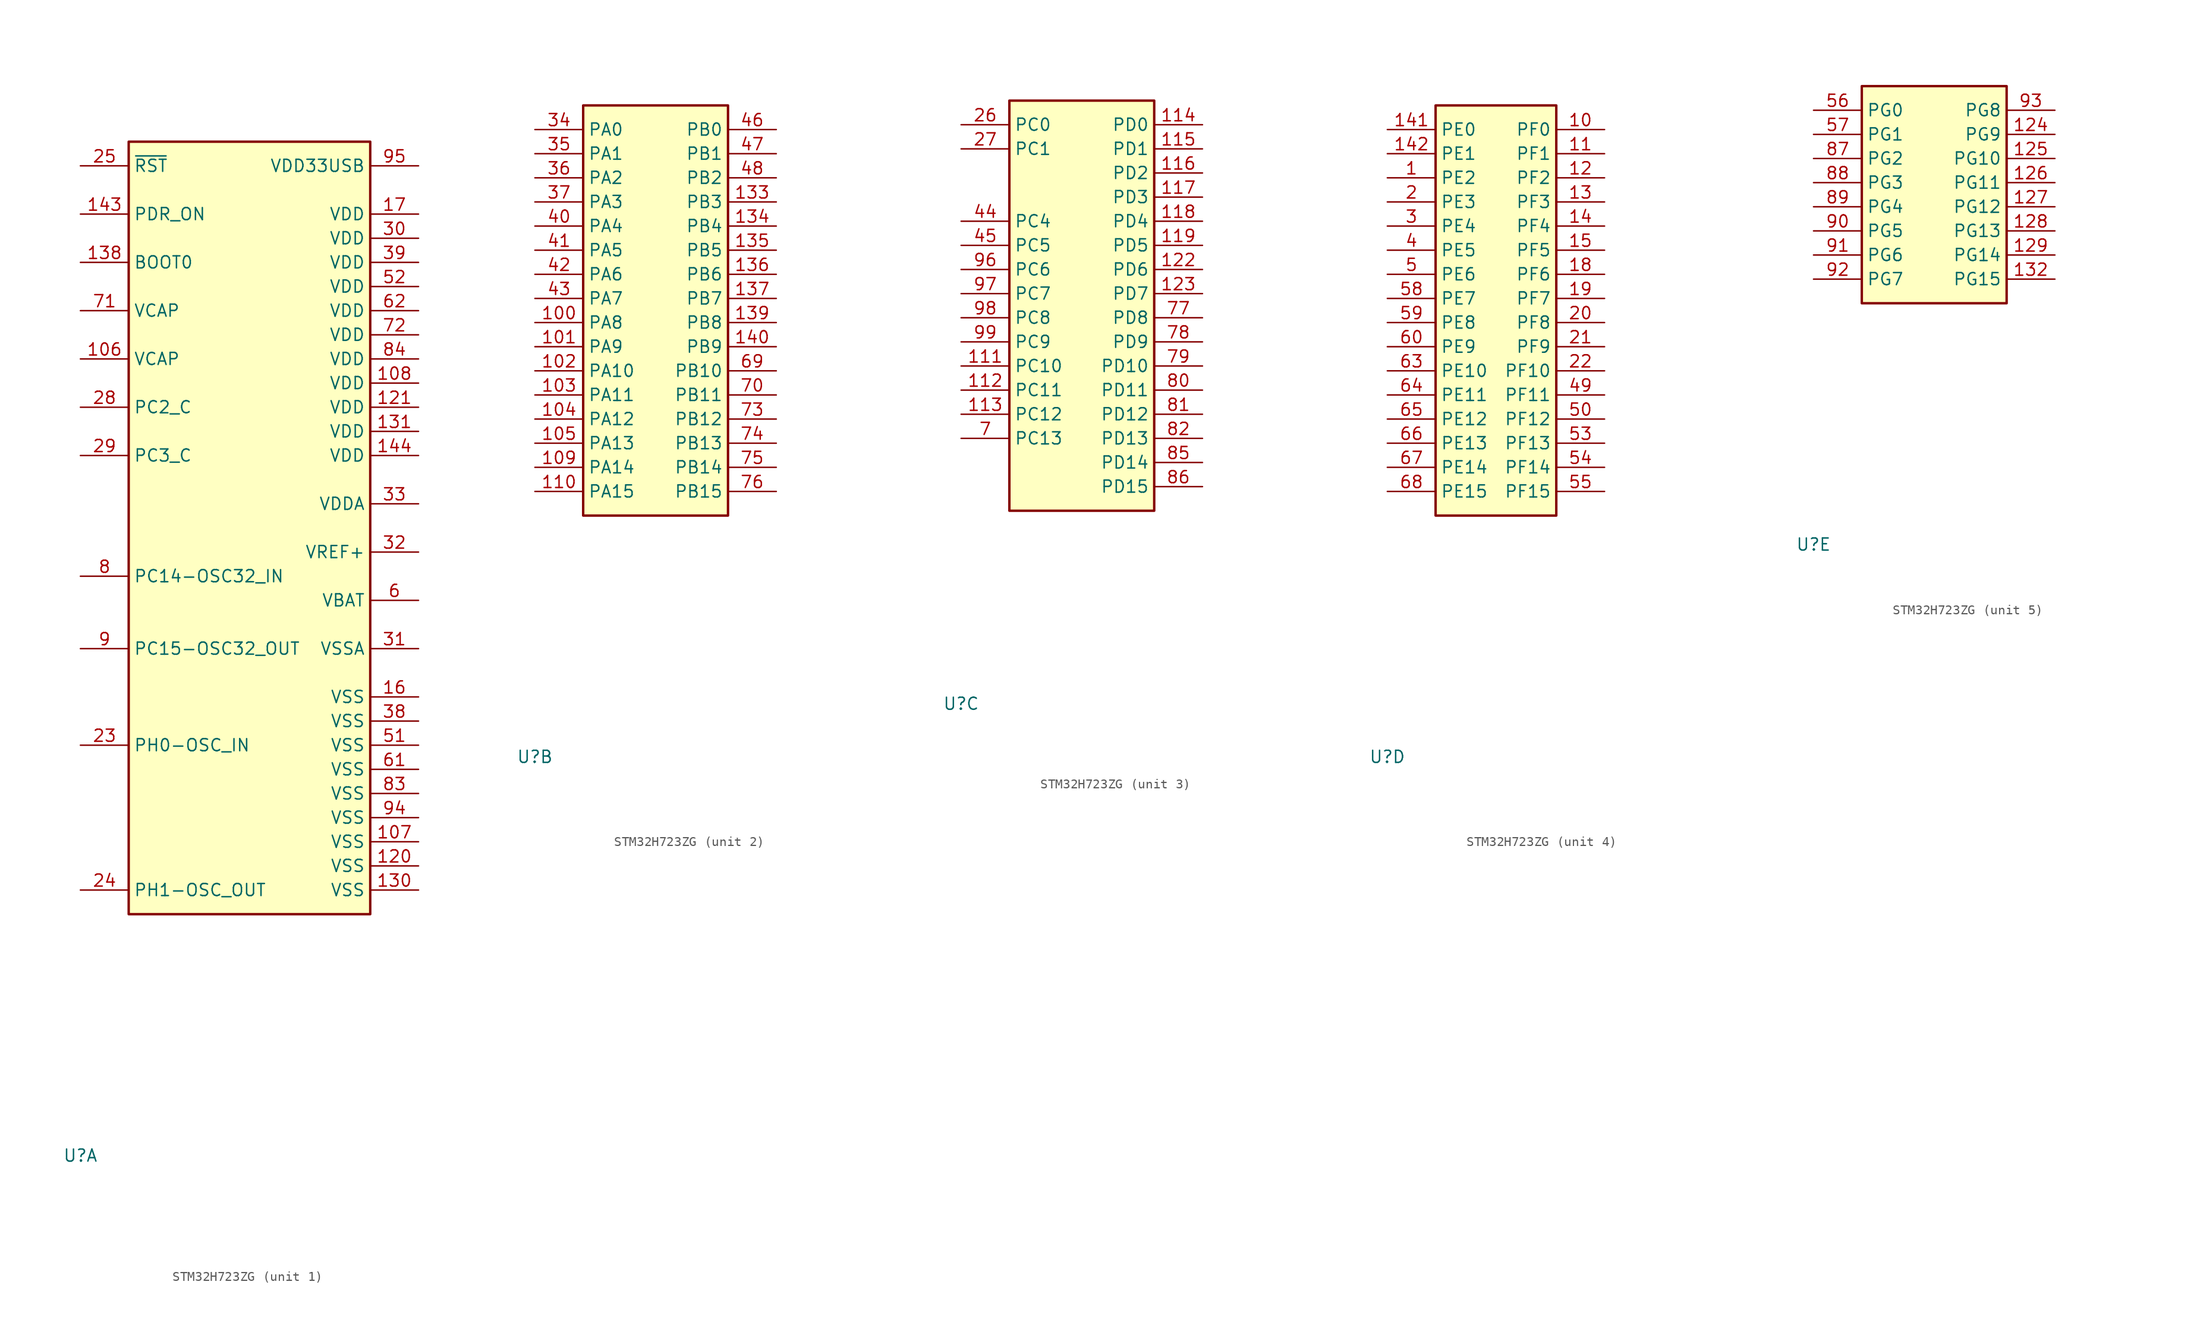
<source format=kicad_sym>
(kicad_symbol_lib
  (version 20231120)
  (generator "kicad_symbol_editor")
  (generator_version "8.0")
  (symbol "STM32H723ZG"
    (property "Reference" "U"
      (at 0 -27.94 0)
      (effects (font (size 1.27 1.27))))
    (property "Value" ""
      (at 33.02 7.62 0)
      (effects (font (size 1.27 1.27))))
    (property "ki_locked" ""
      (at 0 0 0)
      (effects (font (size 1.27 1.27))))
    (symbol "STM32H723ZG_1_1"
      (rectangle (start 5.08 78.74) (end 30.48 -2.54) (stroke (width 0.254) (type default)) (fill (type background)))
      (pin passive line (at 0 55.88 0) (length 5.08) (name "VCAP" (effects (font (size 1.27 1.27)))) (number "106" (effects (font (size 1.27 1.27)))))
      (pin power_in line (at 35.56 5.08 180) (length 5.08) (name "VSS" (effects (font (size 1.27 1.27)))) (number "107" (effects (font (size 1.27 1.27)))))
      (pin power_in line (at 35.56 53.34 180) (length 5.08) (name "VDD" (effects (font (size 1.27 1.27)))) (number "108" (effects (font (size 1.27 1.27)))))
      (pin power_in line (at 35.56 2.54 180) (length 5.08) (name "VSS" (effects (font (size 1.27 1.27)))) (number "120" (effects (font (size 1.27 1.27)))))
      (pin power_in line (at 35.56 50.8 180) (length 5.08) (name "VDD" (effects (font (size 1.27 1.27)))) (number "121" (effects (font (size 1.27 1.27)))))
      (pin power_in line (at 35.56 0 180) (length 5.08) (name "VSS" (effects (font (size 1.27 1.27)))) (number "130" (effects (font (size 1.27 1.27)))))
      (pin power_in line (at 35.56 48.26 180) (length 5.08) (name "VDD" (effects (font (size 1.27 1.27)))) (number "131" (effects (font (size 1.27 1.27)))))
      (pin passive line (at 0 66.04 0) (length 5.08) (name "BOOT0" (effects (font (size 1.27 1.27)))) (number "138" (effects (font (size 1.27 1.27)))))
      (pin passive line (at 0 71.12 0) (length 5.08) (name "PDR_ON" (effects (font (size 1.27 1.27)))) (number "143" (effects (font (size 1.27 1.27)))))
      (pin power_in line (at 35.56 45.72 180) (length 5.08) (name "VDD" (effects (font (size 1.27 1.27)))) (number "144" (effects (font (size 1.27 1.27)))))
      (pin power_in line (at 35.56 20.32 180) (length 5.08) (name "VSS" (effects (font (size 1.27 1.27)))) (number "16" (effects (font (size 1.27 1.27)))))
      (pin power_in line (at 35.56 71.12 180) (length 5.08) (name "VDD" (effects (font (size 1.27 1.27)))) (number "17" (effects (font (size 1.27 1.27)))))
      (pin passive line (at 0 15.24 0) (length 5.08) (name "PH0-OSC_IN" (effects (font (size 1.27 1.27)))) (number "23" (effects (font (size 1.27 1.27)))))
      (pin passive line (at 0 0 0) (length 5.08) (name "PH1-OSC_OUT" (effects (font (size 1.27 1.27)))) (number "24" (effects (font (size 1.27 1.27)))))
      (pin passive line (at 0 76.2 0) (length 5.08) (name "~{RST}" (effects (font (size 1.27 1.27)))) (number "25" (effects (font (size 1.27 1.27)))))
      (pin passive line (at 0 50.8 0) (length 5.08) (name "PC2_C" (effects (font (size 1.27 1.27)))) (number "28" (effects (font (size 1.27 1.27)))))
      (pin passive line (at 0 45.72 0) (length 5.08) (name "PC3_C" (effects (font (size 1.27 1.27)))) (number "29" (effects (font (size 1.27 1.27)))))
      (pin power_in line (at 35.56 68.58 180) (length 5.08) (name "VDD" (effects (font (size 1.27 1.27)))) (number "30" (effects (font (size 1.27 1.27)))))
      (pin power_in line (at 35.56 25.4 180) (length 5.08) (name "VSSA" (effects (font (size 1.27 1.27)))) (number "31" (effects (font (size 1.27 1.27)))))
      (pin power_in line (at 35.56 35.56 180) (length 5.08) (name "VREF+" (effects (font (size 1.27 1.27)))) (number "32" (effects (font (size 1.27 1.27)))))
      (pin power_in line (at 35.56 40.64 180) (length 5.08) (name "VDDA" (effects (font (size 1.27 1.27)))) (number "33" (effects (font (size 1.27 1.27)))))
      (pin power_in line (at 35.56 17.78 180) (length 5.08) (name "VSS" (effects (font (size 1.27 1.27)))) (number "38" (effects (font (size 1.27 1.27)))))
      (pin power_in line (at 35.56 66.04 180) (length 5.08) (name "VDD" (effects (font (size 1.27 1.27)))) (number "39" (effects (font (size 1.27 1.27)))))
      (pin power_in line (at 35.56 15.24 180) (length 5.08) (name "VSS" (effects (font (size 1.27 1.27)))) (number "51" (effects (font (size 1.27 1.27)))))
      (pin power_in line (at 35.56 63.5 180) (length 5.08) (name "VDD" (effects (font (size 1.27 1.27)))) (number "52" (effects (font (size 1.27 1.27)))))
      (pin power_in line (at 35.56 30.48 180) (length 5.08) (name "VBAT" (effects (font (size 1.27 1.27)))) (number "6" (effects (font (size 1.27 1.27)))))
      (pin power_in line (at 35.56 12.7 180) (length 5.08) (name "VSS" (effects (font (size 1.27 1.27)))) (number "61" (effects (font (size 1.27 1.27)))))
      (pin power_in line (at 35.56 60.96 180) (length 5.08) (name "VDD" (effects (font (size 1.27 1.27)))) (number "62" (effects (font (size 1.27 1.27)))))
      (pin passive line (at 0 60.96 0) (length 5.08) (name "VCAP" (effects (font (size 1.27 1.27)))) (number "71" (effects (font (size 1.27 1.27)))))
      (pin power_in line (at 35.56 58.42 180) (length 5.08) (name "VDD" (effects (font (size 1.27 1.27)))) (number "72" (effects (font (size 1.27 1.27)))))
      (pin passive line (at 0 33.02 0) (length 5.08) (name "PC14-OSC32_IN" (effects (font (size 1.27 1.27)))) (number "8" (effects (font (size 1.27 1.27)))))
      (pin power_in line (at 35.56 10.16 180) (length 5.08) (name "VSS" (effects (font (size 1.27 1.27)))) (number "83" (effects (font (size 1.27 1.27)))))
      (pin power_in line (at 35.56 55.88 180) (length 5.08) (name "VDD" (effects (font (size 1.27 1.27)))) (number "84" (effects (font (size 1.27 1.27)))))
      (pin passive line (at 0 25.4 0) (length 5.08) (name "PC15-OSC32_OUT" (effects (font (size 1.27 1.27)))) (number "9" (effects (font (size 1.27 1.27)))))
      (pin power_in line (at 35.56 7.62 180) (length 5.08) (name "VSS" (effects (font (size 1.27 1.27)))) (number "94" (effects (font (size 1.27 1.27)))))
      (pin power_in line (at 35.56 76.2 180) (length 5.08) (name "VDD33USB" (effects (font (size 1.27 1.27)))) (number "95" (effects (font (size 1.27 1.27))))))
    (symbol "STM32H723ZG_2_1"
      (rectangle (start 5.08 40.64) (end 20.32 -2.54) (stroke (width 0.254) (type default)) (fill (type background)))
      (pin passive line (at 0 17.78 0) (length 5.08) (name "PA8" (effects (font (size 1.27 1.27)))) (number "100" (effects (font (size 1.27 1.27)))))
      (pin passive line (at 0 15.24 0) (length 5.08) (name "PA9" (effects (font (size 1.27 1.27)))) (number "101" (effects (font (size 1.27 1.27)))))
      (pin passive line (at 0 12.7 0) (length 5.08) (name "PA10" (effects (font (size 1.27 1.27)))) (number "102" (effects (font (size 1.27 1.27)))))
      (pin passive line (at 0 10.16 0) (length 5.08) (name "PA11" (effects (font (size 1.27 1.27)))) (number "103" (effects (font (size 1.27 1.27)))))
      (pin passive line (at 0 7.62 0) (length 5.08) (name "PA12" (effects (font (size 1.27 1.27)))) (number "104" (effects (font (size 1.27 1.27)))))
      (pin passive line (at 0 5.08 0) (length 5.08) (name "PA13" (effects (font (size 1.27 1.27)))) (number "105" (effects (font (size 1.27 1.27)))))
      (pin passive line (at 0 2.54 0) (length 5.08) (name "PA14" (effects (font (size 1.27 1.27)))) (number "109" (effects (font (size 1.27 1.27)))))
      (pin passive line (at 0 0 0) (length 5.08) (name "PA15" (effects (font (size 1.27 1.27)))) (number "110" (effects (font (size 1.27 1.27)))))
      (pin passive line (at 25.4 30.48 180) (length 5.08) (name "PB3" (effects (font (size 1.27 1.27)))) (number "133" (effects (font (size 1.27 1.27)))))
      (pin passive line (at 25.4 27.94 180) (length 5.08) (name "PB4" (effects (font (size 1.27 1.27)))) (number "134" (effects (font (size 1.27 1.27)))))
      (pin passive line (at 25.4 25.4 180) (length 5.08) (name "PB5" (effects (font (size 1.27 1.27)))) (number "135" (effects (font (size 1.27 1.27)))))
      (pin passive line (at 25.4 22.86 180) (length 5.08) (name "PB6" (effects (font (size 1.27 1.27)))) (number "136" (effects (font (size 1.27 1.27)))))
      (pin passive line (at 25.4 20.32 180) (length 5.08) (name "PB7" (effects (font (size 1.27 1.27)))) (number "137" (effects (font (size 1.27 1.27)))))
      (pin passive line (at 25.4 17.78 180) (length 5.08) (name "PB8" (effects (font (size 1.27 1.27)))) (number "139" (effects (font (size 1.27 1.27)))))
      (pin passive line (at 25.4 15.24 180) (length 5.08) (name "PB9" (effects (font (size 1.27 1.27)))) (number "140" (effects (font (size 1.27 1.27)))))
      (pin passive line (at 0 38.1 0) (length 5.08) (name "PA0" (effects (font (size 1.27 1.27)))) (number "34" (effects (font (size 1.27 1.27)))))
      (pin passive line (at 0 35.56 0) (length 5.08) (name "PA1" (effects (font (size 1.27 1.27)))) (number "35" (effects (font (size 1.27 1.27)))))
      (pin passive line (at 0 33.02 0) (length 5.08) (name "PA2" (effects (font (size 1.27 1.27)))) (number "36" (effects (font (size 1.27 1.27)))))
      (pin passive line (at 0 30.48 0) (length 5.08) (name "PA3" (effects (font (size 1.27 1.27)))) (number "37" (effects (font (size 1.27 1.27)))))
      (pin passive line (at 0 27.94 0) (length 5.08) (name "PA4" (effects (font (size 1.27 1.27)))) (number "40" (effects (font (size 1.27 1.27)))))
      (pin passive line (at 0 25.4 0) (length 5.08) (name "PA5" (effects (font (size 1.27 1.27)))) (number "41" (effects (font (size 1.27 1.27)))))
      (pin passive line (at 0 22.86 0) (length 5.08) (name "PA6" (effects (font (size 1.27 1.27)))) (number "42" (effects (font (size 1.27 1.27)))))
      (pin passive line (at 0 20.32 0) (length 5.08) (name "PA7" (effects (font (size 1.27 1.27)))) (number "43" (effects (font (size 1.27 1.27)))))
      (pin passive line (at 25.4 38.1 180) (length 5.08) (name "PB0" (effects (font (size 1.27 1.27)))) (number "46" (effects (font (size 1.27 1.27)))))
      (pin passive line (at 25.4 35.56 180) (length 5.08) (name "PB1" (effects (font (size 1.27 1.27)))) (number "47" (effects (font (size 1.27 1.27)))))
      (pin passive line (at 25.4 33.02 180) (length 5.08) (name "PB2" (effects (font (size 1.27 1.27)))) (number "48" (effects (font (size 1.27 1.27)))))
      (pin passive line (at 25.4 12.7 180) (length 5.08) (name "PB10" (effects (font (size 1.27 1.27)))) (number "69" (effects (font (size 1.27 1.27)))))
      (pin passive line (at 25.4 10.16 180) (length 5.08) (name "PB11" (effects (font (size 1.27 1.27)))) (number "70" (effects (font (size 1.27 1.27)))))
      (pin passive line (at 25.4 7.62 180) (length 5.08) (name "PB12" (effects (font (size 1.27 1.27)))) (number "73" (effects (font (size 1.27 1.27)))))
      (pin passive line (at 25.4 5.08 180) (length 5.08) (name "PB13" (effects (font (size 1.27 1.27)))) (number "74" (effects (font (size 1.27 1.27)))))
      (pin passive line (at 25.4 2.54 180) (length 5.08) (name "PB14" (effects (font (size 1.27 1.27)))) (number "75" (effects (font (size 1.27 1.27)))))
      (pin passive line (at 25.4 0 180) (length 5.08) (name "PB15" (effects (font (size 1.27 1.27)))) (number "76" (effects (font (size 1.27 1.27))))))
    (symbol "STM32H723ZG_3_1"
      (rectangle (start 5.08 35.56) (end 20.32 -7.62) (stroke (width 0.254) (type default)) (fill (type background)))
      (pin passive line (at 0 7.62 0) (length 5.08) (name "PC10" (effects (font (size 1.27 1.27)))) (number "111" (effects (font (size 1.27 1.27)))))
      (pin passive line (at 0 5.08 0) (length 5.08) (name "PC11" (effects (font (size 1.27 1.27)))) (number "112" (effects (font (size 1.27 1.27)))))
      (pin passive line (at 0 2.54 0) (length 5.08) (name "PC12" (effects (font (size 1.27 1.27)))) (number "113" (effects (font (size 1.27 1.27)))))
      (pin passive line (at 25.4 33.02 180) (length 5.08) (name "PD0" (effects (font (size 1.27 1.27)))) (number "114" (effects (font (size 1.27 1.27)))))
      (pin passive line (at 25.4 30.48 180) (length 5.08) (name "PD1" (effects (font (size 1.27 1.27)))) (number "115" (effects (font (size 1.27 1.27)))))
      (pin passive line (at 25.4 27.94 180) (length 5.08) (name "PD2" (effects (font (size 1.27 1.27)))) (number "116" (effects (font (size 1.27 1.27)))))
      (pin passive line (at 25.4 25.4 180) (length 5.08) (name "PD3" (effects (font (size 1.27 1.27)))) (number "117" (effects (font (size 1.27 1.27)))))
      (pin passive line (at 25.4 22.86 180) (length 5.08) (name "PD4" (effects (font (size 1.27 1.27)))) (number "118" (effects (font (size 1.27 1.27)))))
      (pin passive line (at 25.4 20.32 180) (length 5.08) (name "PD5" (effects (font (size 1.27 1.27)))) (number "119" (effects (font (size 1.27 1.27)))))
      (pin passive line (at 25.4 17.78 180) (length 5.08) (name "PD6" (effects (font (size 1.27 1.27)))) (number "122" (effects (font (size 1.27 1.27)))))
      (pin passive line (at 25.4 15.24 180) (length 5.08) (name "PD7" (effects (font (size 1.27 1.27)))) (number "123" (effects (font (size 1.27 1.27)))))
      (pin passive line (at 0 33.02 0) (length 5.08) (name "PC0" (effects (font (size 1.27 1.27)))) (number "26" (effects (font (size 1.27 1.27)))))
      (pin passive line (at 0 30.48 0) (length 5.08) (name "PC1" (effects (font (size 1.27 1.27)))) (number "27" (effects (font (size 1.27 1.27)))))
      (pin passive line (at 0 22.86 0) (length 5.08) (name "PC4" (effects (font (size 1.27 1.27)))) (number "44" (effects (font (size 1.27 1.27)))))
      (pin passive line (at 0 20.32 0) (length 5.08) (name "PC5" (effects (font (size 1.27 1.27)))) (number "45" (effects (font (size 1.27 1.27)))))
      (pin passive line (at 0 0 0) (length 5.08) (name "PC13" (effects (font (size 1.27 1.27)))) (number "7" (effects (font (size 1.27 1.27)))))
      (pin passive line (at 25.4 12.7 180) (length 5.08) (name "PD8" (effects (font (size 1.27 1.27)))) (number "77" (effects (font (size 1.27 1.27)))))
      (pin passive line (at 25.4 10.16 180) (length 5.08) (name "PD9" (effects (font (size 1.27 1.27)))) (number "78" (effects (font (size 1.27 1.27)))))
      (pin passive line (at 25.4 7.62 180) (length 5.08) (name "PD10" (effects (font (size 1.27 1.27)))) (number "79" (effects (font (size 1.27 1.27)))))
      (pin passive line (at 25.4 5.08 180) (length 5.08) (name "PD11" (effects (font (size 1.27 1.27)))) (number "80" (effects (font (size 1.27 1.27)))))
      (pin passive line (at 25.4 2.54 180) (length 5.08) (name "PD12" (effects (font (size 1.27 1.27)))) (number "81" (effects (font (size 1.27 1.27)))))
      (pin passive line (at 25.4 0 180) (length 5.08) (name "PD13" (effects (font (size 1.27 1.27)))) (number "82" (effects (font (size 1.27 1.27)))))
      (pin passive line (at 25.4 -2.54 180) (length 5.08) (name "PD14" (effects (font (size 1.27 1.27)))) (number "85" (effects (font (size 1.27 1.27)))))
      (pin passive line (at 25.4 -5.08 180) (length 5.08) (name "PD15" (effects (font (size 1.27 1.27)))) (number "86" (effects (font (size 1.27 1.27)))))
      (pin passive line (at 0 17.78 0) (length 5.08) (name "PC6" (effects (font (size 1.27 1.27)))) (number "96" (effects (font (size 1.27 1.27)))))
      (pin passive line (at 0 15.24 0) (length 5.08) (name "PC7" (effects (font (size 1.27 1.27)))) (number "97" (effects (font (size 1.27 1.27)))))
      (pin passive line (at 0 12.7 0) (length 5.08) (name "PC8" (effects (font (size 1.27 1.27)))) (number "98" (effects (font (size 1.27 1.27)))))
      (pin passive line (at 0 10.16 0) (length 5.08) (name "PC9" (effects (font (size 1.27 1.27)))) (number "99" (effects (font (size 1.27 1.27))))))
    (symbol "STM32H723ZG_4_1"
      (rectangle (start 5.08 40.64) (end 17.78 -2.54) (stroke (width 0.254) (type default)) (fill (type background)))
      (pin passive line (at 0 33.02 0) (length 5.08) (name "PE2" (effects (font (size 1.27 1.27)))) (number "1" (effects (font (size 1.27 1.27)))))
      (pin passive line (at 22.86 38.1 180) (length 5.08) (name "PF0" (effects (font (size 1.27 1.27)))) (number "10" (effects (font (size 1.27 1.27)))))
      (pin passive line (at 22.86 35.56 180) (length 5.08) (name "PF1" (effects (font (size 1.27 1.27)))) (number "11" (effects (font (size 1.27 1.27)))))
      (pin passive line (at 22.86 33.02 180) (length 5.08) (name "PF2" (effects (font (size 1.27 1.27)))) (number "12" (effects (font (size 1.27 1.27)))))
      (pin passive line (at 22.86 30.48 180) (length 5.08) (name "PF3" (effects (font (size 1.27 1.27)))) (number "13" (effects (font (size 1.27 1.27)))))
      (pin passive line (at 22.86 27.94 180) (length 5.08) (name "PF4" (effects (font (size 1.27 1.27)))) (number "14" (effects (font (size 1.27 1.27)))))
      (pin passive line (at 0 38.1 0) (length 5.08) (name "PE0" (effects (font (size 1.27 1.27)))) (number "141" (effects (font (size 1.27 1.27)))))
      (pin passive line (at 0 35.56 0) (length 5.08) (name "PE1" (effects (font (size 1.27 1.27)))) (number "142" (effects (font (size 1.27 1.27)))))
      (pin passive line (at 22.86 25.4 180) (length 5.08) (name "PF5" (effects (font (size 1.27 1.27)))) (number "15" (effects (font (size 1.27 1.27)))))
      (pin passive line (at 22.86 22.86 180) (length 5.08) (name "PF6" (effects (font (size 1.27 1.27)))) (number "18" (effects (font (size 1.27 1.27)))))
      (pin passive line (at 22.86 20.32 180) (length 5.08) (name "PF7" (effects (font (size 1.27 1.27)))) (number "19" (effects (font (size 1.27 1.27)))))
      (pin passive line (at 0 30.48 0) (length 5.08) (name "PE3" (effects (font (size 1.27 1.27)))) (number "2" (effects (font (size 1.27 1.27)))))
      (pin passive line (at 22.86 17.78 180) (length 5.08) (name "PF8" (effects (font (size 1.27 1.27)))) (number "20" (effects (font (size 1.27 1.27)))))
      (pin passive line (at 22.86 15.24 180) (length 5.08) (name "PF9" (effects (font (size 1.27 1.27)))) (number "21" (effects (font (size 1.27 1.27)))))
      (pin passive line (at 22.86 12.7 180) (length 5.08) (name "PF10" (effects (font (size 1.27 1.27)))) (number "22" (effects (font (size 1.27 1.27)))))
      (pin passive line (at 0 27.94 0) (length 5.08) (name "PE4" (effects (font (size 1.27 1.27)))) (number "3" (effects (font (size 1.27 1.27)))))
      (pin passive line (at 0 25.4 0) (length 5.08) (name "PE5" (effects (font (size 1.27 1.27)))) (number "4" (effects (font (size 1.27 1.27)))))
      (pin passive line (at 22.86 10.16 180) (length 5.08) (name "PF11" (effects (font (size 1.27 1.27)))) (number "49" (effects (font (size 1.27 1.27)))))
      (pin passive line (at 0 22.86 0) (length 5.08) (name "PE6" (effects (font (size 1.27 1.27)))) (number "5" (effects (font (size 1.27 1.27)))))
      (pin passive line (at 22.86 7.62 180) (length 5.08) (name "PF12" (effects (font (size 1.27 1.27)))) (number "50" (effects (font (size 1.27 1.27)))))
      (pin passive line (at 22.86 5.08 180) (length 5.08) (name "PF13" (effects (font (size 1.27 1.27)))) (number "53" (effects (font (size 1.27 1.27)))))
      (pin passive line (at 22.86 2.54 180) (length 5.08) (name "PF14" (effects (font (size 1.27 1.27)))) (number "54" (effects (font (size 1.27 1.27)))))
      (pin passive line (at 22.86 0 180) (length 5.08) (name "PF15" (effects (font (size 1.27 1.27)))) (number "55" (effects (font (size 1.27 1.27)))))
      (pin passive line (at 0 20.32 0) (length 5.08) (name "PE7" (effects (font (size 1.27 1.27)))) (number "58" (effects (font (size 1.27 1.27)))))
      (pin passive line (at 0 17.78 0) (length 5.08) (name "PE8" (effects (font (size 1.27 1.27)))) (number "59" (effects (font (size 1.27 1.27)))))
      (pin passive line (at 0 15.24 0) (length 5.08) (name "PE9" (effects (font (size 1.27 1.27)))) (number "60" (effects (font (size 1.27 1.27)))))
      (pin passive line (at 0 12.7 0) (length 5.08) (name "PE10" (effects (font (size 1.27 1.27)))) (number "63" (effects (font (size 1.27 1.27)))))
      (pin passive line (at 0 10.16 0) (length 5.08) (name "PE11" (effects (font (size 1.27 1.27)))) (number "64" (effects (font (size 1.27 1.27)))))
      (pin passive line (at 0 7.62 0) (length 5.08) (name "PE12" (effects (font (size 1.27 1.27)))) (number "65" (effects (font (size 1.27 1.27)))))
      (pin passive line (at 0 5.08 0) (length 5.08) (name "PE13" (effects (font (size 1.27 1.27)))) (number "66" (effects (font (size 1.27 1.27)))))
      (pin passive line (at 0 2.54 0) (length 5.08) (name "PE14" (effects (font (size 1.27 1.27)))) (number "67" (effects (font (size 1.27 1.27)))))
      (pin passive line (at 0 0 0) (length 5.08) (name "PE15" (effects (font (size 1.27 1.27)))) (number "68" (effects (font (size 1.27 1.27))))))
    (symbol "STM32H723ZG_5_1"
      (rectangle (start 5.08 20.32) (end 20.32 -2.54) (stroke (width 0.254) (type default)) (fill (type background)))
      (pin passive line (at 25.4 15.24 180) (length 5.08) (name "PG9" (effects (font (size 1.27 1.27)))) (number "124" (effects (font (size 1.27 1.27)))))
      (pin passive line (at 25.4 12.7 180) (length 5.08) (name "PG10" (effects (font (size 1.27 1.27)))) (number "125" (effects (font (size 1.27 1.27)))))
      (pin passive line (at 25.4 10.16 180) (length 5.08) (name "PG11" (effects (font (size 1.27 1.27)))) (number "126" (effects (font (size 1.27 1.27)))))
      (pin passive line (at 25.4 7.62 180) (length 5.08) (name "PG12" (effects (font (size 1.27 1.27)))) (number "127" (effects (font (size 1.27 1.27)))))
      (pin passive line (at 25.4 5.08 180) (length 5.08) (name "PG13" (effects (font (size 1.27 1.27)))) (number "128" (effects (font (size 1.27 1.27)))))
      (pin passive line (at 25.4 2.54 180) (length 5.08) (name "PG14" (effects (font (size 1.27 1.27)))) (number "129" (effects (font (size 1.27 1.27)))))
      (pin passive line (at 25.4 0 180) (length 5.08) (name "PG15" (effects (font (size 1.27 1.27)))) (number "132" (effects (font (size 1.27 1.27)))))
      (pin passive line (at 0 17.78 0) (length 5.08) (name "PG0" (effects (font (size 1.27 1.27)))) (number "56" (effects (font (size 1.27 1.27)))))
      (pin passive line (at 0 15.24 0) (length 5.08) (name "PG1" (effects (font (size 1.27 1.27)))) (number "57" (effects (font (size 1.27 1.27)))))
      (pin passive line (at 0 12.7 0) (length 5.08) (name "PG2" (effects (font (size 1.27 1.27)))) (number "87" (effects (font (size 1.27 1.27)))))
      (pin passive line (at 0 10.16 0) (length 5.08) (name "PG3" (effects (font (size 1.27 1.27)))) (number "88" (effects (font (size 1.27 1.27)))))
      (pin passive line (at 0 7.62 0) (length 5.08) (name "PG4" (effects (font (size 1.27 1.27)))) (number "89" (effects (font (size 1.27 1.27)))))
      (pin passive line (at 0 5.08 0) (length 5.08) (name "PG5" (effects (font (size 1.27 1.27)))) (number "90" (effects (font (size 1.27 1.27)))))
      (pin passive line (at 0 2.54 0) (length 5.08) (name "PG6" (effects (font (size 1.27 1.27)))) (number "91" (effects (font (size 1.27 1.27)))))
      (pin passive line (at 0 0 0) (length 5.08) (name "PG7" (effects (font (size 1.27 1.27)))) (number "92" (effects (font (size 1.27 1.27)))))
      (pin passive line (at 25.4 17.78 180) (length 5.08) (name "PG8" (effects (font (size 1.27 1.27)))) (number "93" (effects (font (size 1.27 1.27))))))))
</source>
